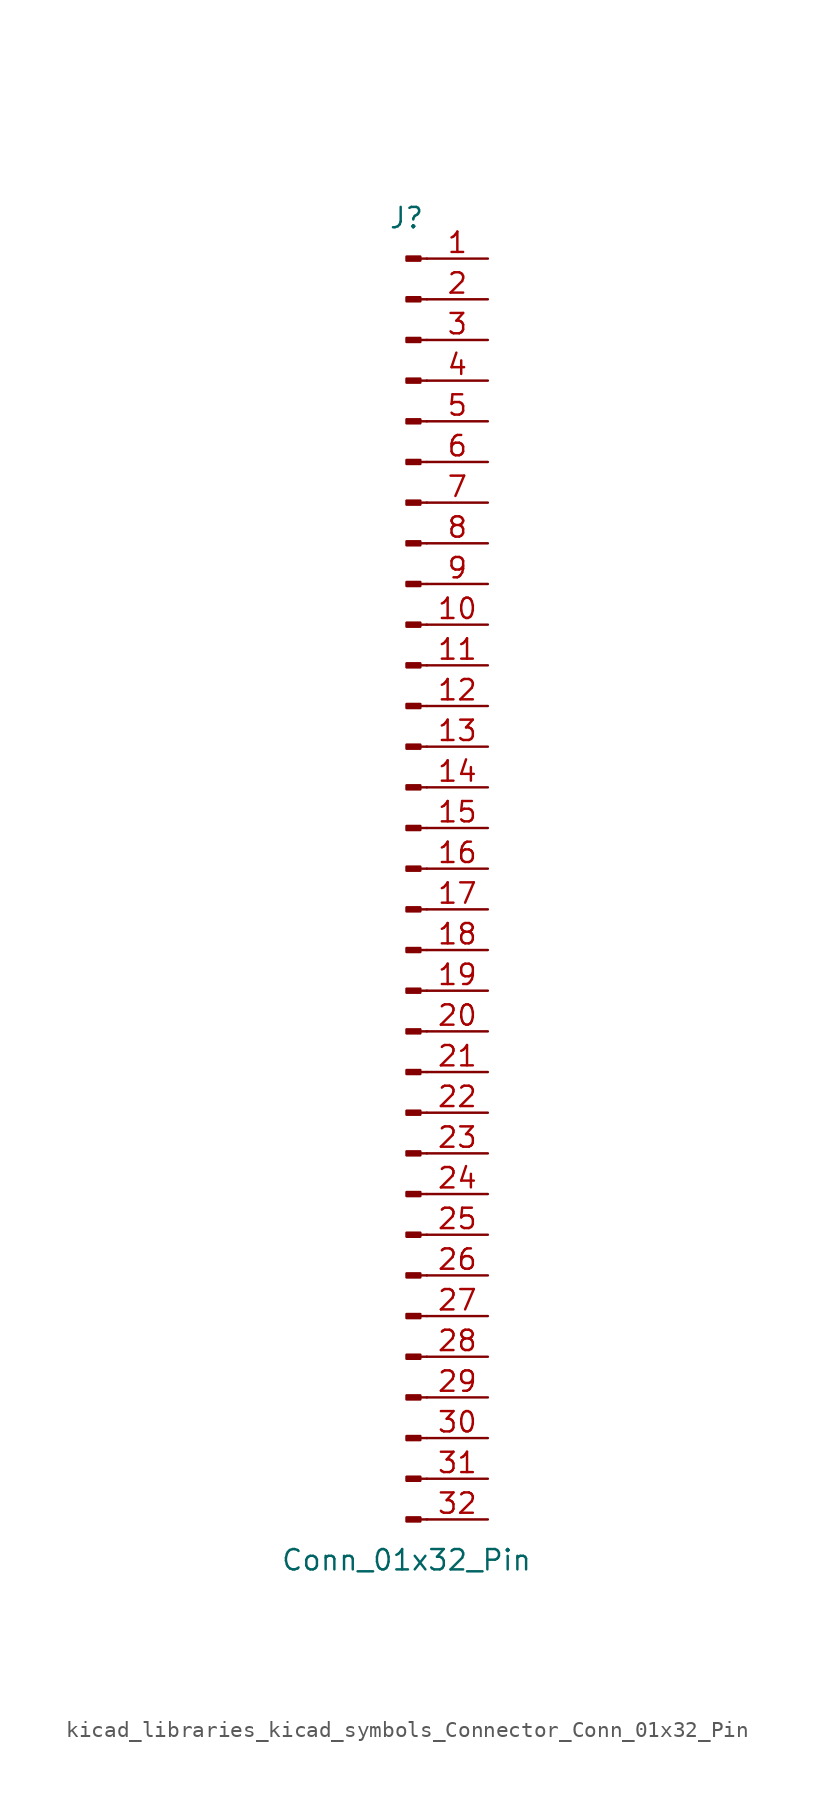
<source format=kicad_sym>
(kicad_symbol_lib
  (version 20220914)
  (generator kicad_symbol_editor)
  (symbol "kicad_libraries_kicad_symbols_Connector_Conn_01x32_Pin"
    (pin_names
      (offset 1.016) hide)
    (property "Reference" "J"
      (at 0 40.64 0)
      (effects (font (size 1.27 1.27))))
    (property "Value" "Conn_01x32_Pin"
      (at 0 -43.18 0)
      (effects (font (size 1.27 1.27))))
    (property "ki_locked" ""
      (at 0 0 0)
      (effects (font (size 1.27 1.27))))
    (symbol "kicad_libraries_kicad_symbols_Connector_Conn_01x32_Pin_1_1"
      (polyline (pts (xy 1.27 -40.64) (xy 0.864 -40.64)) (stroke (width 0.152) (type default)) (fill (type none)))
      (polyline (pts (xy 1.27 -38.1) (xy 0.864 -38.1)) (stroke (width 0.152) (type default)) (fill (type none)))
      (polyline (pts (xy 1.27 -35.56) (xy 0.864 -35.56)) (stroke (width 0.152) (type default)) (fill (type none)))
      (polyline (pts (xy 1.27 -33.02) (xy 0.864 -33.02)) (stroke (width 0.152) (type default)) (fill (type none)))
      (polyline (pts (xy 1.27 -30.48) (xy 0.864 -30.48)) (stroke (width 0.152) (type default)) (fill (type none)))
      (polyline (pts (xy 1.27 -27.94) (xy 0.864 -27.94)) (stroke (width 0.152) (type default)) (fill (type none)))
      (polyline (pts (xy 1.27 -25.4) (xy 0.864 -25.4)) (stroke (width 0.152) (type default)) (fill (type none)))
      (polyline (pts (xy 1.27 -22.86) (xy 0.864 -22.86)) (stroke (width 0.152) (type default)) (fill (type none)))
      (polyline (pts (xy 1.27 -20.32) (xy 0.864 -20.32)) (stroke (width 0.152) (type default)) (fill (type none)))
      (polyline (pts (xy 1.27 -17.78) (xy 0.864 -17.78)) (stroke (width 0.152) (type default)) (fill (type none)))
      (polyline (pts (xy 1.27 -15.24) (xy 0.864 -15.24)) (stroke (width 0.152) (type default)) (fill (type none)))
      (polyline (pts (xy 1.27 -12.7) (xy 0.864 -12.7)) (stroke (width 0.152) (type default)) (fill (type none)))
      (polyline (pts (xy 1.27 -10.16) (xy 0.864 -10.16)) (stroke (width 0.152) (type default)) (fill (type none)))
      (polyline (pts (xy 1.27 -7.62) (xy 0.864 -7.62)) (stroke (width 0.152) (type default)) (fill (type none)))
      (polyline (pts (xy 1.27 -5.08) (xy 0.864 -5.08)) (stroke (width 0.152) (type default)) (fill (type none)))
      (polyline (pts (xy 1.27 -2.54) (xy 0.864 -2.54)) (stroke (width 0.152) (type default)) (fill (type none)))
      (polyline (pts (xy 1.27 0) (xy 0.864 0)) (stroke (width 0.152) (type default)) (fill (type none)))
      (polyline (pts (xy 1.27 2.54) (xy 0.864 2.54)) (stroke (width 0.152) (type default)) (fill (type none)))
      (polyline (pts (xy 1.27 5.08) (xy 0.864 5.08)) (stroke (width 0.152) (type default)) (fill (type none)))
      (polyline (pts (xy 1.27 7.62) (xy 0.864 7.62)) (stroke (width 0.152) (type default)) (fill (type none)))
      (polyline (pts (xy 1.27 10.16) (xy 0.864 10.16)) (stroke (width 0.152) (type default)) (fill (type none)))
      (polyline (pts (xy 1.27 12.7) (xy 0.864 12.7)) (stroke (width 0.152) (type default)) (fill (type none)))
      (polyline (pts (xy 1.27 15.24) (xy 0.864 15.24)) (stroke (width 0.152) (type default)) (fill (type none)))
      (polyline (pts (xy 1.27 17.78) (xy 0.864 17.78)) (stroke (width 0.152) (type default)) (fill (type none)))
      (polyline (pts (xy 1.27 20.32) (xy 0.864 20.32)) (stroke (width 0.152) (type default)) (fill (type none)))
      (polyline (pts (xy 1.27 22.86) (xy 0.864 22.86)) (stroke (width 0.152) (type default)) (fill (type none)))
      (polyline (pts (xy 1.27 25.4) (xy 0.864 25.4)) (stroke (width 0.152) (type default)) (fill (type none)))
      (polyline (pts (xy 1.27 27.94) (xy 0.864 27.94)) (stroke (width 0.152) (type default)) (fill (type none)))
      (polyline (pts (xy 1.27 30.48) (xy 0.864 30.48)) (stroke (width 0.152) (type default)) (fill (type none)))
      (polyline (pts (xy 1.27 33.02) (xy 0.864 33.02)) (stroke (width 0.152) (type default)) (fill (type none)))
      (polyline (pts (xy 1.27 35.56) (xy 0.864 35.56)) (stroke (width 0.152) (type default)) (fill (type none)))
      (polyline (pts (xy 1.27 38.1) (xy 0.864 38.1)) (stroke (width 0.152) (type default)) (fill (type none)))
      (rectangle (start 0.864 -40.513) (end 0 -40.767) (stroke (width 0.152) (type default)) (fill (type outline)))
      (rectangle (start 0.864 -37.973) (end 0 -38.227) (stroke (width 0.152) (type default)) (fill (type outline)))
      (rectangle (start 0.864 -35.433) (end 0 -35.687) (stroke (width 0.152) (type default)) (fill (type outline)))
      (rectangle (start 0.864 -32.893) (end 0 -33.147) (stroke (width 0.152) (type default)) (fill (type outline)))
      (rectangle (start 0.864 -30.353) (end 0 -30.607) (stroke (width 0.152) (type default)) (fill (type outline)))
      (rectangle (start 0.864 -27.813) (end 0 -28.067) (stroke (width 0.152) (type default)) (fill (type outline)))
      (rectangle (start 0.864 -25.273) (end 0 -25.527) (stroke (width 0.152) (type default)) (fill (type outline)))
      (rectangle (start 0.864 -22.733) (end 0 -22.987) (stroke (width 0.152) (type default)) (fill (type outline)))
      (rectangle (start 0.864 -20.193) (end 0 -20.447) (stroke (width 0.152) (type default)) (fill (type outline)))
      (rectangle (start 0.864 -17.653) (end 0 -17.907) (stroke (width 0.152) (type default)) (fill (type outline)))
      (rectangle (start 0.864 -15.113) (end 0 -15.367) (stroke (width 0.152) (type default)) (fill (type outline)))
      (rectangle (start 0.864 -12.573) (end 0 -12.827) (stroke (width 0.152) (type default)) (fill (type outline)))
      (rectangle (start 0.864 -10.033) (end 0 -10.287) (stroke (width 0.152) (type default)) (fill (type outline)))
      (rectangle (start 0.864 -7.493) (end 0 -7.747) (stroke (width 0.152) (type default)) (fill (type outline)))
      (rectangle (start 0.864 -4.953) (end 0 -5.207) (stroke (width 0.152) (type default)) (fill (type outline)))
      (rectangle (start 0.864 -2.413) (end 0 -2.667) (stroke (width 0.152) (type default)) (fill (type outline)))
      (rectangle (start 0.864 0.127) (end 0 -0.127) (stroke (width 0.152) (type default)) (fill (type outline)))
      (rectangle (start 0.864 2.667) (end 0 2.413) (stroke (width 0.152) (type default)) (fill (type outline)))
      (rectangle (start 0.864 5.207) (end 0 4.953) (stroke (width 0.152) (type default)) (fill (type outline)))
      (rectangle (start 0.864 7.747) (end 0 7.493) (stroke (width 0.152) (type default)) (fill (type outline)))
      (rectangle (start 0.864 10.287) (end 0 10.033) (stroke (width 0.152) (type default)) (fill (type outline)))
      (rectangle (start 0.864 12.827) (end 0 12.573) (stroke (width 0.152) (type default)) (fill (type outline)))
      (rectangle (start 0.864 15.367) (end 0 15.113) (stroke (width 0.152) (type default)) (fill (type outline)))
      (rectangle (start 0.864 17.907) (end 0 17.653) (stroke (width 0.152) (type default)) (fill (type outline)))
      (rectangle (start 0.864 20.447) (end 0 20.193) (stroke (width 0.152) (type default)) (fill (type outline)))
      (rectangle (start 0.864 22.987) (end 0 22.733) (stroke (width 0.152) (type default)) (fill (type outline)))
      (rectangle (start 0.864 25.527) (end 0 25.273) (stroke (width 0.152) (type default)) (fill (type outline)))
      (rectangle (start 0.864 28.067) (end 0 27.813) (stroke (width 0.152) (type default)) (fill (type outline)))
      (rectangle (start 0.864 30.607) (end 0 30.353) (stroke (width 0.152) (type default)) (fill (type outline)))
      (rectangle (start 0.864 33.147) (end 0 32.893) (stroke (width 0.152) (type default)) (fill (type outline)))
      (rectangle (start 0.864 35.687) (end 0 35.433) (stroke (width 0.152) (type default)) (fill (type outline)))
      (rectangle (start 0.864 38.227) (end 0 37.973) (stroke (width 0.152) (type default)) (fill (type outline)))
      (pin passive line (at 5.08 38.1 180) (length 3.81) (name "Pin_1" (effects (font (size 1.27 1.27)))) (number "1" (effects (font (size 1.27 1.27)))))
      (pin passive line (at 5.08 15.24 180) (length 3.81) (name "Pin_10" (effects (font (size 1.27 1.27)))) (number "10" (effects (font (size 1.27 1.27)))))
      (pin passive line (at 5.08 12.7 180) (length 3.81) (name "Pin_11" (effects (font (size 1.27 1.27)))) (number "11" (effects (font (size 1.27 1.27)))))
      (pin passive line (at 5.08 10.16 180) (length 3.81) (name "Pin_12" (effects (font (size 1.27 1.27)))) (number "12" (effects (font (size 1.27 1.27)))))
      (pin passive line (at 5.08 7.62 180) (length 3.81) (name "Pin_13" (effects (font (size 1.27 1.27)))) (number "13" (effects (font (size 1.27 1.27)))))
      (pin passive line (at 5.08 5.08 180) (length 3.81) (name "Pin_14" (effects (font (size 1.27 1.27)))) (number "14" (effects (font (size 1.27 1.27)))))
      (pin passive line (at 5.08 2.54 180) (length 3.81) (name "Pin_15" (effects (font (size 1.27 1.27)))) (number "15" (effects (font (size 1.27 1.27)))))
      (pin passive line (at 5.08 0 180) (length 3.81) (name "Pin_16" (effects (font (size 1.27 1.27)))) (number "16" (effects (font (size 1.27 1.27)))))
      (pin passive line (at 5.08 -2.54 180) (length 3.81) (name "Pin_17" (effects (font (size 1.27 1.27)))) (number "17" (effects (font (size 1.27 1.27)))))
      (pin passive line (at 5.08 -5.08 180) (length 3.81) (name "Pin_18" (effects (font (size 1.27 1.27)))) (number "18" (effects (font (size 1.27 1.27)))))
      (pin passive line (at 5.08 -7.62 180) (length 3.81) (name "Pin_19" (effects (font (size 1.27 1.27)))) (number "19" (effects (font (size 1.27 1.27)))))
      (pin passive line (at 5.08 35.56 180) (length 3.81) (name "Pin_2" (effects (font (size 1.27 1.27)))) (number "2" (effects (font (size 1.27 1.27)))))
      (pin passive line (at 5.08 -10.16 180) (length 3.81) (name "Pin_20" (effects (font (size 1.27 1.27)))) (number "20" (effects (font (size 1.27 1.27)))))
      (pin passive line (at 5.08 -12.7 180) (length 3.81) (name "Pin_21" (effects (font (size 1.27 1.27)))) (number "21" (effects (font (size 1.27 1.27)))))
      (pin passive line (at 5.08 -15.24 180) (length 3.81) (name "Pin_22" (effects (font (size 1.27 1.27)))) (number "22" (effects (font (size 1.27 1.27)))))
      (pin passive line (at 5.08 -17.78 180) (length 3.81) (name "Pin_23" (effects (font (size 1.27 1.27)))) (number "23" (effects (font (size 1.27 1.27)))))
      (pin passive line (at 5.08 -20.32 180) (length 3.81) (name "Pin_24" (effects (font (size 1.27 1.27)))) (number "24" (effects (font (size 1.27 1.27)))))
      (pin passive line (at 5.08 -22.86 180) (length 3.81) (name "Pin_25" (effects (font (size 1.27 1.27)))) (number "25" (effects (font (size 1.27 1.27)))))
      (pin passive line (at 5.08 -25.4 180) (length 3.81) (name "Pin_26" (effects (font (size 1.27 1.27)))) (number "26" (effects (font (size 1.27 1.27)))))
      (pin passive line (at 5.08 -27.94 180) (length 3.81) (name "Pin_27" (effects (font (size 1.27 1.27)))) (number "27" (effects (font (size 1.27 1.27)))))
      (pin passive line (at 5.08 -30.48 180) (length 3.81) (name "Pin_28" (effects (font (size 1.27 1.27)))) (number "28" (effects (font (size 1.27 1.27)))))
      (pin passive line (at 5.08 -33.02 180) (length 3.81) (name "Pin_29" (effects (font (size 1.27 1.27)))) (number "29" (effects (font (size 1.27 1.27)))))
      (pin passive line (at 5.08 33.02 180) (length 3.81) (name "Pin_3" (effects (font (size 1.27 1.27)))) (number "3" (effects (font (size 1.27 1.27)))))
      (pin passive line (at 5.08 -35.56 180) (length 3.81) (name "Pin_30" (effects (font (size 1.27 1.27)))) (number "30" (effects (font (size 1.27 1.27)))))
      (pin passive line (at 5.08 -38.1 180) (length 3.81) (name "Pin_31" (effects (font (size 1.27 1.27)))) (number "31" (effects (font (size 1.27 1.27)))))
      (pin passive line (at 5.08 -40.64 180) (length 3.81) (name "Pin_32" (effects (font (size 1.27 1.27)))) (number "32" (effects (font (size 1.27 1.27)))))
      (pin passive line (at 5.08 30.48 180) (length 3.81) (name "Pin_4" (effects (font (size 1.27 1.27)))) (number "4" (effects (font (size 1.27 1.27)))))
      (pin passive line (at 5.08 27.94 180) (length 3.81) (name "Pin_5" (effects (font (size 1.27 1.27)))) (number "5" (effects (font (size 1.27 1.27)))))
      (pin passive line (at 5.08 25.4 180) (length 3.81) (name "Pin_6" (effects (font (size 1.27 1.27)))) (number "6" (effects (font (size 1.27 1.27)))))
      (pin passive line (at 5.08 22.86 180) (length 3.81) (name "Pin_7" (effects (font (size 1.27 1.27)))) (number "7" (effects (font (size 1.27 1.27)))))
      (pin passive line (at 5.08 20.32 180) (length 3.81) (name "Pin_8" (effects (font (size 1.27 1.27)))) (number "8" (effects (font (size 1.27 1.27)))))
      (pin passive line (at 5.08 17.78 180) (length 3.81) (name "Pin_9" (effects (font (size 1.27 1.27)))) (number "9" (effects (font (size 1.27 1.27))))))))
</source>
